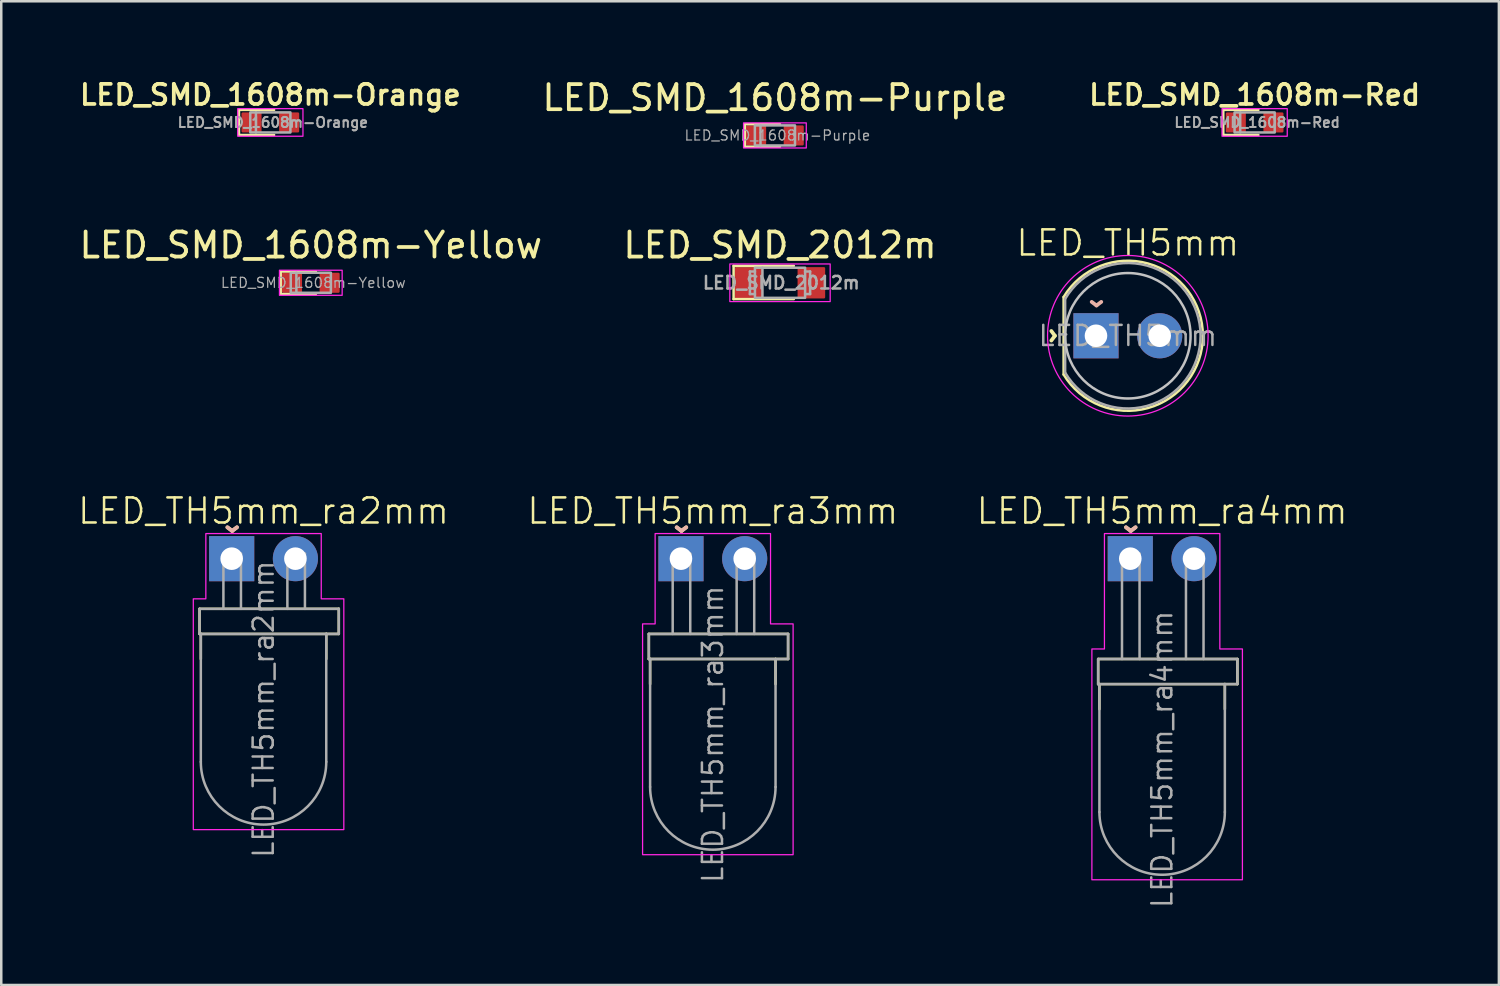
<source format=kicad_pcb>
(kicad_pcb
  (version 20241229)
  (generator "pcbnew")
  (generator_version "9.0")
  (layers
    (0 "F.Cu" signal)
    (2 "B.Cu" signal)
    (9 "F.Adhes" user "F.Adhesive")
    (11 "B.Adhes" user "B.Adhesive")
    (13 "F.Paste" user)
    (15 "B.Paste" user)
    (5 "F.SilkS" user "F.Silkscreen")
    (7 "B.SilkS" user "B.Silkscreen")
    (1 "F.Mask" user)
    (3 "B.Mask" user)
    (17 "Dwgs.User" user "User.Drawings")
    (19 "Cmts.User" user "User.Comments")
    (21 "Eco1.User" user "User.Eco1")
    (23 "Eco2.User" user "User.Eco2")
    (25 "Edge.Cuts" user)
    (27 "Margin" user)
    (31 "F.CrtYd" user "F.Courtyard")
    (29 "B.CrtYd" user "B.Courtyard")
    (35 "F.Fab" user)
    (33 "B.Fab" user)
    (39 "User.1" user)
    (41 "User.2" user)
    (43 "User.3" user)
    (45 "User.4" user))
  (footprint "LED_SMD_1608m-Orange"
    (layer "F.Cu")
    (at 7.726 1.831)
    (property "Reference" "LED_SMD_1608m-Orange" (at 0 -1.1 0) (layer "F.SilkS") (effects (font (size 0.8 0.8) (thickness 0.15))))
    (attr smd)
    (fp_line (start -1.25 -0.5) (end -1.25 0.5) (stroke (width 0.1) (type solid)) (layer "F.SilkS"))
    (fp_line (start -1.25 0.5) (end 0.15 0.5) (stroke (width 0.1) (type solid)) (layer "F.SilkS"))
    (fp_line (start 0.15 -0.5) (end -1.25 -0.5) (stroke (width 0.1) (type solid)) (layer "F.SilkS"))
    (fp_rect (start 1.3 -0.55) (end -1.3 0.55) (stroke (width 0.05) (type solid)) (fill no) (layer "F.CrtYd"))
    (fp_line (start -0.575 -0.4) (end -0.575 0.4) (stroke (width 0.1) (type solid)) (layer "F.Fab"))
    (fp_poly (pts (xy 0.8 0.4) (xy -0.8 0.4) (xy -0.8 -0.4) (xy 0.8 -0.4)) (stroke (width 0.1) (type solid)) (fill no) (layer "F.Fab"))
    (fp_text user "${REFERENCE}" (at 0.1 0 0) (layer "F.Fab") (effects (font (size 0.4 0.4) (thickness 0.08) (bold yes))))
    (pad "A" smd roundrect (at 0.75 0) (size 0.8 0.8) (layers "F.Cu" "F.Mask" "F.Paste") (roundrect_rratio 0.062))
    (pad "C" smd roundrect (at -0.75 0) (size 0.8 0.8) (layers "F.Cu" "F.Mask" "F.Paste") (roundrect_rratio 0.062)))
  (footprint "LED_SMD_1608m-Yellow"
    (layer "F.Cu")
    (at 9.339 8.222)
    (property "Reference" "LED_SMD_1608m-Yellow" (at 0 -1.5 0) (layer "F.SilkS") (effects (font (size 1 1) (thickness 0.15))))
    (attr smd)
    (fp_line (start -1.2 -0.45) (end -1.2 0.45) (stroke (width 0.1) (type solid)) (layer "F.SilkS"))
    (fp_line (start -1.2 0.45) (end 0.2 0.45) (stroke (width 0.1) (type solid)) (layer "F.SilkS"))
    (fp_line (start 0.2 -0.45) (end -1.2 -0.45) (stroke (width 0.1) (type solid)) (layer "F.SilkS"))
    (fp_rect (start 1.25 -0.5) (end -1.25 0.5) (stroke (width 0.05) (type solid)) (fill no) (layer "F.CrtYd"))
    (fp_line (start -0.575 -0.4) (end -0.575 0.4) (stroke (width 0.1) (type solid)) (layer "F.Fab"))
    (fp_poly (pts (xy 0.8 0.4) (xy -0.8 0.4) (xy -0.8 -0.4) (xy 0.8 -0.4)) (stroke (width 0.1) (type solid)) (fill no) (layer "F.Fab"))
    (fp_text user "${REFERENCE}" (at 0.1 0 0) (unlocked yes) (layer "F.Fab") (effects (font (size 0.4 0.4) (thickness 0.05))))
    (pad "A" smd roundrect (at 0.75 0) (size 0.8 0.8) (layers "F.Cu" "F.Mask" "F.Paste") (roundrect_rratio 0.062))
    (pad "C" smd roundrect (at -0.75 0) (size 0.8 0.8) (layers "F.Cu" "F.Mask" "F.Paste") (roundrect_rratio 0.062)))
  (footprint "LED_TH5mm"
    (layer "F.Cu")
    (at 41.907 10.334)
    (property "Reference" "LED_TH5mm" (at 0 -3.7 0) (unlocked yes) (layer "F.SilkS") (effects (font (size 1 1) (thickness 0.1))))
    (attr through_hole)
    (fp_line (start -2.56 -1.545) (end -2.56 1.545) (stroke (width 0.1) (type solid)) (layer "F.SilkS"))
    (fp_arc (start -2.56 -1.54483) (mid 0.802001 -2.880432) (end 2.99 0.000462) (stroke (width 0.1) (type solid)) (layer "F.SilkS"))
    (fp_arc (start 2.99 -0.000462) (mid 0.802002 2.880433) (end -2.56 1.54483) (stroke (width 0.1) (type solid)) (layer "F.SilkS"))
    (fp_circle (center 0 0) (end 2.5 0) (stroke (width 0.1) (type solid)) (fill no) (layer "Dwgs.User"))
    (fp_circle (center 0 0) (end 0 -3.2) (stroke (width 0.05) (type default)) (fill no) (layer "F.CrtYd"))
    (fp_line (start -2.5 -1.47) (end -2.5 1.47) (stroke (width 0.1) (type solid)) (layer "F.Fab"))
    (fp_arc (start -2.5 -1.469694) (mid 2.9 0.000016) (end -2.500016 1.469666) (stroke (width 0.1) (type solid)) (layer "F.Fab"))
    (fp_text user "^" (at -3.5 0 270) (unlocked yes) (layer "F.SilkS") (effects (font (size 1 1) (thickness 0.15))))
    (fp_text user "^" (at -1.25 -1.8 180) (unlocked yes) (layer "B.SilkS") (effects (font (size 1 1) (thickness 0.15)) (justify mirror)))
    (fp_text user "${REFERENCE}" (at 0 0 0) (layer "F.Fab") (effects (font (size 0.8 0.8) (thickness 0.1))))
    (pad "A" thru_hole circle (at 1.27 0) (size 1.8 1.8) (drill 0.9) (layers "*.Cu" "*.Mask") (remove_unused_layers yes) (keep_end_layers yes) (zone_layer_connections))
    (pad "C" thru_hole rect (at -1.27 0) (size 1.8 1.8) (drill 0.9) (layers "*.Cu" "*.Mask") (remove_unused_layers yes) (keep_end_layers yes) (zone_layer_connections)))
  (footprint "LED_SMD_2012m"
    (layer "F.Cu")
    (at 28.042 8.222)
    (property "Reference" "LED_SMD_2012m" (at 0 -1.5 0) (layer "F.SilkS") (effects (font (size 1 1) (thickness 0.15))))
    (attr smd)
    (fp_line (start -1.85 -0.675) (end -1.85 0.65) (stroke (width 0.1) (type solid)) (layer "F.SilkS"))
    (fp_line (start -1.85 -0.675) (end 0.55 -0.675) (stroke (width 0.1) (type solid)) (layer "F.SilkS"))
    (fp_line (start 0.55 0.65) (end -1.85 0.65) (stroke (width 0.1) (type solid)) (layer "F.SilkS"))
    (fp_rect (start 2 -0.75) (end -2 0.75) (stroke (width 0.05) (type solid)) (fill no) (layer "F.CrtYd"))
    (fp_line (start -1.2 -0.45) (end -1 -0.45) (stroke (width 0.1) (type solid)) (layer "F.Fab"))
    (fp_line (start -1.2 0.45) (end -1.2 -0.45) (stroke (width 0.1) (type solid)) (layer "F.Fab"))
    (fp_line (start -1 0.45) (end -1.2 0.45) (stroke (width 0.1) (type solid)) (layer "F.Fab"))
    (fp_line (start -0.7 -0.6) (end -0.7 0.6) (stroke (width 0.1) (type solid)) (layer "F.Fab"))
    (fp_line (start 1 -0.45) (end 1.2 -0.45) (stroke (width 0.1) (type solid)) (layer "F.Fab"))
    (fp_line (start 1.2 -0.45) (end 1.2 0.45) (stroke (width 0.1) (type solid)) (layer "F.Fab"))
    (fp_line (start 1.2 0.45) (end 1 0.45) (stroke (width 0.1) (type solid)) (layer "F.Fab"))
    (fp_poly (pts (xy 1 -0.6) (xy 1 0.6) (xy -1 0.6) (xy -1 -0.6)) (stroke (width 0.1) (type solid)) (fill no) (layer "F.Fab"))
    (fp_text user "${REFERENCE}" (at 0.05 0 0) (unlocked yes) (layer "F.Fab") (effects (font (size 0.5 0.5) (thickness 0.1))))
    (pad "A" smd roundrect (at 1.25 0) (size 1.1 1.25) (layers "F.Cu" "F.Mask" "F.Paste") (roundrect_rratio 0.045))
    (pad "C" smd roundrect (at -1.25 0) (size 1.1 1.25) (layers "F.Cu" "F.Mask" "F.Paste") (roundrect_rratio 0.045)))
  (footprint "LED_SMD_1608m-Purple"
    (layer "F.Cu")
    (at 27.839 2.348)
    (property "Reference" "LED_SMD_1608m-Purple" (at 0 -1.5 0) (layer "F.SilkS") (effects (font (size 1 1) (thickness 0.15))))
    (attr smd)
    (fp_line (start -1.2 -0.45) (end -1.2 0.45) (stroke (width 0.1) (type solid)) (layer "F.SilkS"))
    (fp_line (start -1.2 0.45) (end 0.2 0.45) (stroke (width 0.1) (type solid)) (layer "F.SilkS"))
    (fp_line (start 0.2 -0.45) (end -1.2 -0.45) (stroke (width 0.1) (type solid)) (layer "F.SilkS"))
    (fp_rect (start 1.25 -0.5) (end -1.25 0.5) (stroke (width 0.05) (type solid)) (fill no) (layer "F.CrtYd"))
    (fp_line (start -0.575 -0.4) (end -0.575 0.4) (stroke (width 0.1) (type solid)) (layer "F.Fab"))
    (fp_poly (pts (xy 0.8 0.4) (xy -0.8 0.4) (xy -0.8 -0.4) (xy 0.8 -0.4)) (stroke (width 0.1) (type solid)) (fill no) (layer "F.Fab"))
    (fp_text user "${REFERENCE}" (at 0.1 0 0) (unlocked yes) (layer "F.Fab") (effects (font (size 0.4 0.4) (thickness 0.05))))
    (pad "A" smd roundrect (at 0.75 0) (size 0.8 0.8) (layers "F.Cu" "F.Mask" "F.Paste") (roundrect_rratio 0.062))
    (pad "C" smd roundrect (at -0.75 0) (size 0.8 0.8) (layers "F.Cu" "F.Mask" "F.Paste") (roundrect_rratio 0.062)))
  (footprint "LED_TH5mm_ra3mm"
    (layer "F.Cu")
    (at 25.364 19.219)
    (property "Reference" "LED_TH5mm_ra3mm" (at 0 -1.9 0) (unlocked yes) (layer "F.SilkS") (effects (font (size 1 1) (thickness 0.1))))
    (attr through_hole)
    (fp_line (start -2.55 3) (end -2.55 4) (stroke (width 0.1) (type default)) (layer "F.SilkS"))
    (fp_line (start -2.55 3) (end 3 3) (stroke (width 0.1) (type default)) (layer "F.SilkS"))
    (fp_line (start -2.55 4) (end -2.5 4) (stroke (width 0.1) (type default)) (layer "F.SilkS"))
    (fp_line (start -2.5 4) (end -2.5 5) (stroke (width 0.1) (type default)) (layer "F.SilkS"))
    (fp_line (start 2.5 4) (end -2.5 4) (stroke (width 0.1) (type default)) (layer "F.SilkS"))
    (fp_line (start 2.5 4) (end 2.5 5) (stroke (width 0.1) (type default)) (layer "F.SilkS"))
    (fp_line (start 3 3) (end 3 4) (stroke (width 0.1) (type default)) (layer "F.SilkS"))
    (fp_line (start 3 4) (end 2.5 4) (stroke (width 0.1) (type default)) (layer "F.SilkS"))
    (fp_poly (pts (xy -2.3 -1) (xy 2.3 -1) (xy 2.3 2.6) (xy 3.2 2.6) (xy 3.2 11.8) (xy -2.8 11.8) (xy -2.8 2.6) (xy -2.3 2.6)) (stroke (width 0.05) (type solid)) (fill no) (layer "F.CrtYd"))
    (fp_line (start -2.55 3) (end -2.55 4) (stroke (width 0.1) (type default)) (layer "F.Fab"))
    (fp_line (start -2.55 4) (end -2.5 4) (stroke (width 0.1) (type default)) (layer "F.Fab"))
    (fp_line (start -2.5 4) (end -2.55 4) (stroke (width 0.1) (type default)) (layer "F.Fab"))
    (fp_line (start -2.5 4) (end -2.5 9.1) (stroke (width 0.1) (type default)) (layer "F.Fab"))
    (fp_line (start -2.5 4) (end 2.5 4) (stroke (width 0.1) (type default)) (layer "F.Fab"))
    (fp_line (start -1.6 -0.2) (end -0.9 -0.2) (stroke (width 0.1) (type default)) (layer "F.Fab"))
    (fp_line (start -1.6 3) (end -1.6 -0.2) (stroke (width 0.1) (type default)) (layer "F.Fab"))
    (fp_line (start -0.9 -0.2) (end -0.9 3) (stroke (width 0.1) (type default)) (layer "F.Fab"))
    (fp_line (start 0.95 -0.2) (end 1.65 -0.2) (stroke (width 0.1) (type default)) (layer "F.Fab"))
    (fp_line (start 0.95 3) (end 0.95 -0.2) (stroke (width 0.1) (type default)) (layer "F.Fab"))
    (fp_line (start 1.65 -0.2) (end 1.65 3) (stroke (width 0.1) (type default)) (layer "F.Fab"))
    (fp_line (start 2.5 4) (end 3 4) (stroke (width 0.1) (type default)) (layer "F.Fab"))
    (fp_line (start 2.5 9.1) (end 2.5 4) (stroke (width 0.1) (type default)) (layer "F.Fab"))
    (fp_line (start 3 3) (end -2.55 3) (stroke (width 0.1) (type default)) (layer "F.Fab"))
    (fp_line (start 3 4) (end 3 3) (stroke (width 0.1) (type default)) (layer "F.Fab"))
    (fp_arc (start 2.5 9.1) (mid 0 11.6) (end -2.5 9.1) (stroke (width 0.1) (type default)) (layer "F.Fab"))
    (fp_text user "^" (at -1.25 -1.7 180) (unlocked yes) (layer "F.SilkS") (effects (font (size 1 1) (thickness 0.15))))
    (fp_text user "^" (at -1.25 -1.7 180) (unlocked yes) (layer "B.SilkS") (effects (font (size 1 1) (thickness 0.15)) (justify mirror)))
    (fp_text user "${REFERENCE}" (at 0 7 90) (layer "F.Fab") (effects (font (size 0.8 0.8) (thickness 0.1))))
    (pad "A" thru_hole circle (at 1.27 0) (size 1.8 1.8) (drill 0.9) (layers "*.Cu" "*.Mask") (remove_unused_layers yes) (keep_end_layers yes) (zone_layer_connections))
    (pad "C" thru_hole rect (at -1.27 0) (size 1.8 1.8) (drill 0.9) (layers "*.Cu" "*.Mask") (remove_unused_layers yes) (keep_end_layers yes) (zone_layer_connections)))
  (footprint "LED_SMD_1608m-Red"
    (layer "F.Cu")
    (at 46.961 1.831)
    (property "Reference" "LED_SMD_1608m-Red" (at 0 -1.1 0) (layer "F.SilkS") (effects (font (size 0.8 0.8) (thickness 0.15))))
    (attr smd)
    (fp_line (start -1.25 -0.5) (end -1.25 0.5) (stroke (width 0.1) (type solid)) (layer "F.SilkS"))
    (fp_line (start -1.25 0.5) (end 0.15 0.5) (stroke (width 0.1) (type solid)) (layer "F.SilkS"))
    (fp_line (start 0.15 -0.5) (end -1.25 -0.5) (stroke (width 0.1) (type solid)) (layer "F.SilkS"))
    (fp_rect (start 1.3 -0.55) (end -1.3 0.55) (stroke (width 0.05) (type solid)) (fill no) (layer "F.CrtYd"))
    (fp_line (start -0.575 -0.4) (end -0.575 0.4) (stroke (width 0.1) (type solid)) (layer "F.Fab"))
    (fp_poly (pts (xy 0.8 0.4) (xy -0.8 0.4) (xy -0.8 -0.4) (xy 0.8 -0.4)) (stroke (width 0.1) (type solid)) (fill no) (layer "F.Fab"))
    (fp_text user "${REFERENCE}" (at 0.1 0 0) (layer "F.Fab") (effects (font (size 0.4 0.4) (thickness 0.08) (bold yes))))
    (pad "A" smd roundrect (at 0.75 0) (size 0.8 0.8) (layers "F.Cu" "F.Mask" "F.Paste") (roundrect_rratio 0.062))
    (pad "C" smd roundrect (at -0.75 0) (size 0.8 0.8) (layers "F.Cu" "F.Mask" "F.Paste") (roundrect_rratio 0.062)))
  (footprint "LED_TH5mm_ra2mm"
    (layer "F.Cu")
    (at 7.455 19.219)
    (property "Reference" "LED_TH5mm_ra2mm" (at 0 -1.9 0) (unlocked yes) (layer "F.SilkS") (effects (font (size 1 1) (thickness 0.1))))
    (attr through_hole)
    (fp_line (start -2.55 2) (end -2.55 3) (stroke (width 0.1) (type default)) (layer "F.SilkS"))
    (fp_line (start -2.55 2) (end 3 2) (stroke (width 0.1) (type default)) (layer "F.SilkS"))
    (fp_line (start -2.55 3) (end -2.5 3) (stroke (width 0.1) (type default)) (layer "F.SilkS"))
    (fp_line (start -2.5 3) (end -2.5 4) (stroke (width 0.1) (type default)) (layer "F.SilkS"))
    (fp_line (start 2.5 3) (end -2.5 3) (stroke (width 0.1) (type default)) (layer "F.SilkS"))
    (fp_line (start 2.5 3) (end 2.5 4) (stroke (width 0.1) (type default)) (layer "F.SilkS"))
    (fp_line (start 3 2) (end 3 3) (stroke (width 0.1) (type default)) (layer "F.SilkS"))
    (fp_line (start 3 3) (end 2.5 3) (stroke (width 0.1) (type default)) (layer "F.SilkS"))
    (fp_poly (pts (xy -2.3 -1) (xy 2.3 -1) (xy 2.3 1.6) (xy 3.2 1.6) (xy 3.2 10.8) (xy -2.8 10.8) (xy -2.8 1.6) (xy -2.3 1.6)) (stroke (width 0.05) (type solid)) (fill no) (layer "F.CrtYd"))
    (fp_line (start -2.55 2) (end -2.55 3) (stroke (width 0.1) (type default)) (layer "F.Fab"))
    (fp_line (start -2.55 3) (end -2.5 3) (stroke (width 0.1) (type default)) (layer "F.Fab"))
    (fp_line (start -2.5 3) (end -2.55 3) (stroke (width 0.1) (type default)) (layer "F.Fab"))
    (fp_line (start -2.5 3) (end -2.5 8.1) (stroke (width 0.1) (type default)) (layer "F.Fab"))
    (fp_line (start -2.5 3) (end 2.5 3) (stroke (width 0.1) (type default)) (layer "F.Fab"))
    (fp_line (start -1.6 -0.2) (end -0.9 -0.2) (stroke (width 0.1) (type default)) (layer "F.Fab"))
    (fp_line (start -1.6 2) (end -1.6 -0.2) (stroke (width 0.1) (type default)) (layer "F.Fab"))
    (fp_line (start -0.9 -0.2) (end -0.9 2) (stroke (width 0.1) (type default)) (layer "F.Fab"))
    (fp_line (start 0.95 -0.2) (end 1.65 -0.2) (stroke (width 0.1) (type default)) (layer "F.Fab"))
    (fp_line (start 0.95 2) (end 0.95 -0.2) (stroke (width 0.1) (type default)) (layer "F.Fab"))
    (fp_line (start 1.65 -0.2) (end 1.65 2) (stroke (width 0.1) (type default)) (layer "F.Fab"))
    (fp_line (start 2.5 3) (end 3 3) (stroke (width 0.1) (type default)) (layer "F.Fab"))
    (fp_line (start 2.5 8.1) (end 2.5 3) (stroke (width 0.1) (type default)) (layer "F.Fab"))
    (fp_line (start 3 2) (end -2.55 2) (stroke (width 0.1) (type default)) (layer "F.Fab"))
    (fp_line (start 3 3) (end 3 2) (stroke (width 0.1) (type default)) (layer "F.Fab"))
    (fp_arc (start 2.5 8.1) (mid 0 10.6) (end -2.5 8.1) (stroke (width 0.1) (type default)) (layer "F.Fab"))
    (fp_text user "^" (at -1.25 -1.7 180) (unlocked yes) (layer "F.SilkS") (effects (font (size 1 1) (thickness 0.15))))
    (fp_text user "^" (at -1.25 -1.7 180) (unlocked yes) (layer "B.SilkS") (effects (font (size 1 1) (thickness 0.15)) (justify mirror)))
    (fp_text user "${REFERENCE}" (at 0 6 90) (layer "F.Fab") (effects (font (size 0.8 0.8) (thickness 0.1))))
    (pad "A" thru_hole circle (at 1.27 0) (size 1.8 1.8) (drill 0.9) (layers "*.Cu" "*.Mask") (remove_unused_layers yes) (keep_end_layers yes) (zone_layer_connections))
    (pad "C" thru_hole rect (at -1.27 0) (size 1.8 1.8) (drill 0.9) (layers "*.Cu" "*.Mask") (remove_unused_layers yes) (keep_end_layers yes) (zone_layer_connections)))
  (footprint "LED_TH5mm_ra4mm"
    (layer "F.Cu")
    (at 43.274 19.219)
    (property "Reference" "LED_TH5mm_ra4mm" (at 0 -1.9 0) (unlocked yes) (layer "F.SilkS") (effects (font (size 1 1) (thickness 0.1))))
    (attr through_hole)
    (fp_line (start -2.55 4) (end -2.55 5) (stroke (width 0.1) (type default)) (layer "F.SilkS"))
    (fp_line (start -2.55 4) (end 3 4) (stroke (width 0.1) (type default)) (layer "F.SilkS"))
    (fp_line (start -2.55 5) (end -2.5 5) (stroke (width 0.1) (type default)) (layer "F.SilkS"))
    (fp_line (start -2.5 5) (end -2.5 6) (stroke (width 0.1) (type default)) (layer "F.SilkS"))
    (fp_line (start 2.5 5) (end -2.5 5) (stroke (width 0.1) (type default)) (layer "F.SilkS"))
    (fp_line (start 2.5 5) (end 2.5 6) (stroke (width 0.1) (type default)) (layer "F.SilkS"))
    (fp_line (start 3 4) (end 3 5) (stroke (width 0.1) (type default)) (layer "F.SilkS"))
    (fp_line (start 3 5) (end 2.5 5) (stroke (width 0.1) (type default)) (layer "F.SilkS"))
    (fp_poly (pts (xy -2.3 -1) (xy 2.3 -1) (xy 2.3 3.6) (xy 3.2 3.6) (xy 3.2 12.8) (xy -2.8 12.8) (xy -2.8 3.6) (xy -2.3 3.6)) (stroke (width 0.05) (type solid)) (fill no) (layer "F.CrtYd"))
    (fp_line (start -2.55 4) (end -2.55 5) (stroke (width 0.1) (type default)) (layer "F.Fab"))
    (fp_line (start -2.55 5) (end -2.5 5) (stroke (width 0.1) (type default)) (layer "F.Fab"))
    (fp_line (start -2.5 5) (end -2.55 5) (stroke (width 0.1) (type default)) (layer "F.Fab"))
    (fp_line (start -2.5 5) (end -2.5 10.1) (stroke (width 0.1) (type default)) (layer "F.Fab"))
    (fp_line (start -2.5 5) (end 2.5 5) (stroke (width 0.1) (type default)) (layer "F.Fab"))
    (fp_line (start -1.6 -0.2) (end -0.9 -0.2) (stroke (width 0.1) (type default)) (layer "F.Fab"))
    (fp_line (start -1.6 4) (end -1.6 -0.2) (stroke (width 0.1) (type default)) (layer "F.Fab"))
    (fp_line (start -0.9 -0.2) (end -0.9 4) (stroke (width 0.1) (type default)) (layer "F.Fab"))
    (fp_line (start 0.95 -0.2) (end 1.65 -0.2) (stroke (width 0.1) (type default)) (layer "F.Fab"))
    (fp_line (start 0.95 4) (end 0.95 -0.2) (stroke (width 0.1) (type default)) (layer "F.Fab"))
    (fp_line (start 1.65 -0.2) (end 1.65 4) (stroke (width 0.1) (type default)) (layer "F.Fab"))
    (fp_line (start 2.5 5) (end 3 5) (stroke (width 0.1) (type default)) (layer "F.Fab"))
    (fp_line (start 2.5 10.1) (end 2.5 5) (stroke (width 0.1) (type default)) (layer "F.Fab"))
    (fp_line (start 3 4) (end -2.55 4) (stroke (width 0.1) (type default)) (layer "F.Fab"))
    (fp_line (start 3 5) (end 3 4) (stroke (width 0.1) (type default)) (layer "F.Fab"))
    (fp_arc (start 2.5 10.1) (mid 0 12.6) (end -2.5 10.1) (stroke (width 0.1) (type default)) (layer "F.Fab"))
    (fp_text user "^" (at -1.25 -1.7 180) (unlocked yes) (layer "F.SilkS") (effects (font (size 1 1) (thickness 0.15))))
    (fp_text user "^" (at -1.25 -1.7 180) (unlocked yes) (layer "B.SilkS") (effects (font (size 1 1) (thickness 0.15)) (justify mirror)))
    (fp_text user "${REFERENCE}" (at 0 8 90) (layer "F.Fab") (effects (font (size 0.8 0.8) (thickness 0.1))))
    (pad "A" thru_hole circle (at 1.27 0) (size 1.8 1.8) (drill 0.9) (layers "*.Cu" "*.Mask") (remove_unused_layers yes) (keep_end_layers yes) (zone_layer_connections))
    (pad "C" thru_hole rect (at -1.27 0) (size 1.8 1.8) (drill 0.9) (layers "*.Cu" "*.Mask") (remove_unused_layers yes) (keep_end_layers yes) (zone_layer_connections)))
  (gr_rect
    (start -3 -3)
    (end 56.697 36.213)
    (stroke (width 0.1) (type default))
    (fill no)
    (layer "Edge.Cuts")))
</source>
